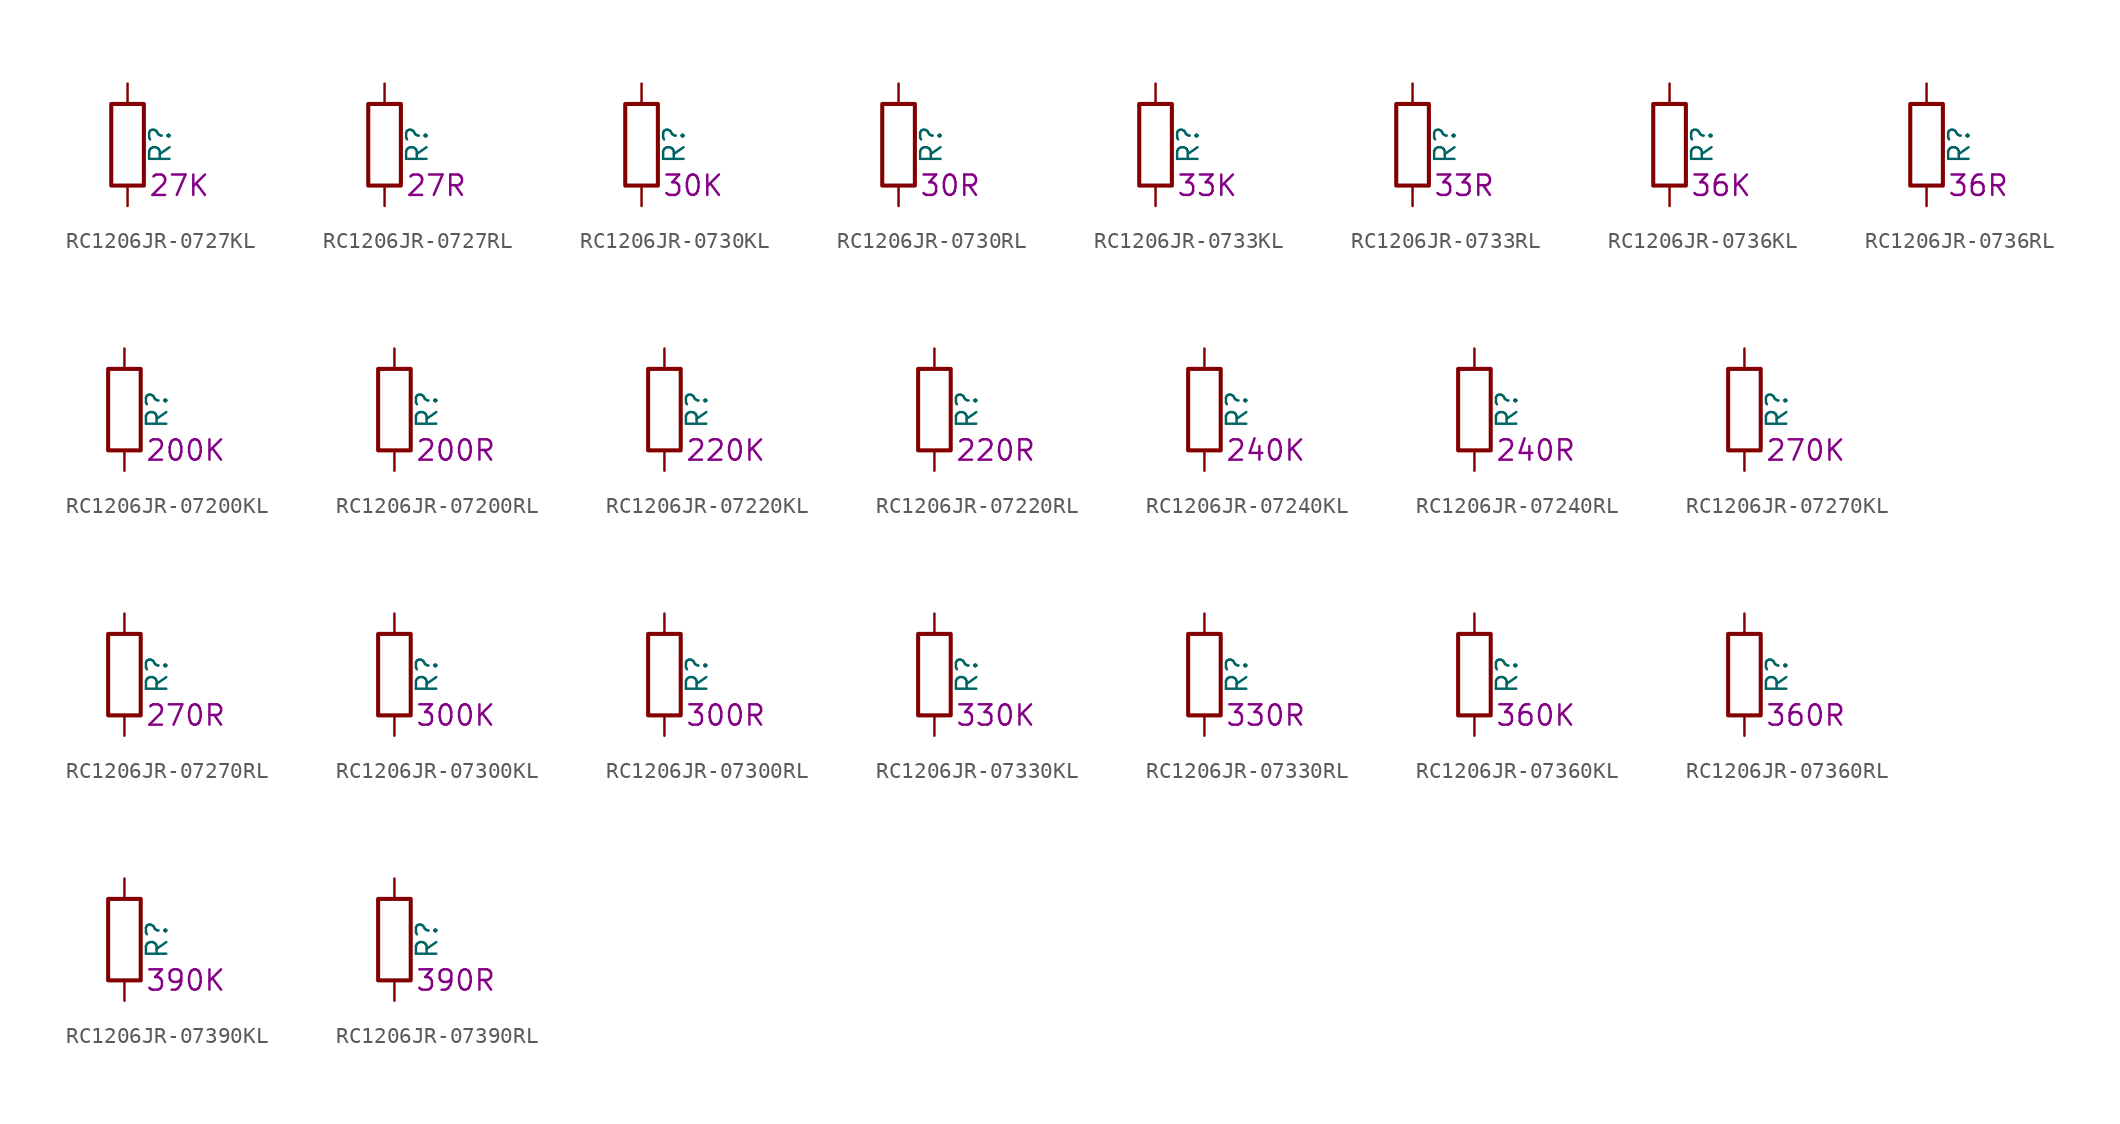
<source format=kicad_sym>
(kicad_symbol_lib
  (version 20220914)
  (generator kicad_symbol_editor)
  (symbol "RC1206JR-0727KL"
    (pin_numbers hide)
    (pin_names
      (offset 0))
    (property "Reference" "R"
      (at 2.032 0 90)
      (effects (font (size 1.27 1.27))))
    (property "Resistance" "27K"
      (at 1.27 -2.54 0)
      (effects (font (size 1.27 1.27)) (justify left)))
    (symbol "RC1206JR-0727KL_0_1"
      (rectangle (start -1.016 -2.54) (end 1.016 2.54) (stroke (width 0.254) (type default)) (fill (type none))))
    (symbol "RC1206JR-0727KL_1_1"
      (pin passive line (at 0 3.81 270) (length 1.27) (name "~" (effects (font (size 1.27 1.27)))) (number "1" (effects (font (size 1.27 1.27)))))
      (pin passive line (at 0 -3.81 90) (length 1.27) (name "~" (effects (font (size 1.27 1.27)))) (number "2" (effects (font (size 1.27 1.27)))))))
  (symbol "RC1206JR-0727RL"
    (pin_numbers hide)
    (pin_names
      (offset 0))
    (property "Reference" "R"
      (at 2.032 0 90)
      (effects (font (size 1.27 1.27))))
    (property "Resistance" "27R"
      (at 1.27 -2.54 0)
      (effects (font (size 1.27 1.27)) (justify left)))
    (symbol "RC1206JR-0727RL_0_1"
      (rectangle (start -1.016 -2.54) (end 1.016 2.54) (stroke (width 0.254) (type default)) (fill (type none))))
    (symbol "RC1206JR-0727RL_1_1"
      (pin passive line (at 0 3.81 270) (length 1.27) (name "~" (effects (font (size 1.27 1.27)))) (number "1" (effects (font (size 1.27 1.27)))))
      (pin passive line (at 0 -3.81 90) (length 1.27) (name "~" (effects (font (size 1.27 1.27)))) (number "2" (effects (font (size 1.27 1.27)))))))
  (symbol "RC1206JR-0730KL"
    (pin_numbers hide)
    (pin_names
      (offset 0))
    (property "Reference" "R"
      (at 2.032 0 90)
      (effects (font (size 1.27 1.27))))
    (property "Resistance" "30K"
      (at 1.27 -2.54 0)
      (effects (font (size 1.27 1.27)) (justify left)))
    (symbol "RC1206JR-0730KL_0_1"
      (rectangle (start -1.016 -2.54) (end 1.016 2.54) (stroke (width 0.254) (type default)) (fill (type none))))
    (symbol "RC1206JR-0730KL_1_1"
      (pin passive line (at 0 3.81 270) (length 1.27) (name "~" (effects (font (size 1.27 1.27)))) (number "1" (effects (font (size 1.27 1.27)))))
      (pin passive line (at 0 -3.81 90) (length 1.27) (name "~" (effects (font (size 1.27 1.27)))) (number "2" (effects (font (size 1.27 1.27)))))))
  (symbol "RC1206JR-0730RL"
    (pin_numbers hide)
    (pin_names
      (offset 0))
    (property "Reference" "R"
      (at 2.032 0 90)
      (effects (font (size 1.27 1.27))))
    (property "Resistance" "30R"
      (at 1.27 -2.54 0)
      (effects (font (size 1.27 1.27)) (justify left)))
    (symbol "RC1206JR-0730RL_0_1"
      (rectangle (start -1.016 -2.54) (end 1.016 2.54) (stroke (width 0.254) (type default)) (fill (type none))))
    (symbol "RC1206JR-0730RL_1_1"
      (pin passive line (at 0 3.81 270) (length 1.27) (name "~" (effects (font (size 1.27 1.27)))) (number "1" (effects (font (size 1.27 1.27)))))
      (pin passive line (at 0 -3.81 90) (length 1.27) (name "~" (effects (font (size 1.27 1.27)))) (number "2" (effects (font (size 1.27 1.27)))))))
  (symbol "RC1206JR-0733KL"
    (pin_numbers hide)
    (pin_names
      (offset 0))
    (property "Reference" "R"
      (at 2.032 0 90)
      (effects (font (size 1.27 1.27))))
    (property "Resistance" "33K"
      (at 1.27 -2.54 0)
      (effects (font (size 1.27 1.27)) (justify left)))
    (symbol "RC1206JR-0733KL_0_1"
      (rectangle (start -1.016 -2.54) (end 1.016 2.54) (stroke (width 0.254) (type default)) (fill (type none))))
    (symbol "RC1206JR-0733KL_1_1"
      (pin passive line (at 0 3.81 270) (length 1.27) (name "~" (effects (font (size 1.27 1.27)))) (number "1" (effects (font (size 1.27 1.27)))))
      (pin passive line (at 0 -3.81 90) (length 1.27) (name "~" (effects (font (size 1.27 1.27)))) (number "2" (effects (font (size 1.27 1.27)))))))
  (symbol "RC1206JR-0733RL"
    (pin_numbers hide)
    (pin_names
      (offset 0))
    (property "Reference" "R"
      (at 2.032 0 90)
      (effects (font (size 1.27 1.27))))
    (property "Resistance" "33R"
      (at 1.27 -2.54 0)
      (effects (font (size 1.27 1.27)) (justify left)))
    (symbol "RC1206JR-0733RL_0_1"
      (rectangle (start -1.016 -2.54) (end 1.016 2.54) (stroke (width 0.254) (type default)) (fill (type none))))
    (symbol "RC1206JR-0733RL_1_1"
      (pin passive line (at 0 3.81 270) (length 1.27) (name "~" (effects (font (size 1.27 1.27)))) (number "1" (effects (font (size 1.27 1.27)))))
      (pin passive line (at 0 -3.81 90) (length 1.27) (name "~" (effects (font (size 1.27 1.27)))) (number "2" (effects (font (size 1.27 1.27)))))))
  (symbol "RC1206JR-0736KL"
    (pin_numbers hide)
    (pin_names
      (offset 0))
    (property "Reference" "R"
      (at 2.032 0 90)
      (effects (font (size 1.27 1.27))))
    (property "Resistance" "36K"
      (at 1.27 -2.54 0)
      (effects (font (size 1.27 1.27)) (justify left)))
    (symbol "RC1206JR-0736KL_0_1"
      (rectangle (start -1.016 -2.54) (end 1.016 2.54) (stroke (width 0.254) (type default)) (fill (type none))))
    (symbol "RC1206JR-0736KL_1_1"
      (pin passive line (at 0 3.81 270) (length 1.27) (name "~" (effects (font (size 1.27 1.27)))) (number "1" (effects (font (size 1.27 1.27)))))
      (pin passive line (at 0 -3.81 90) (length 1.27) (name "~" (effects (font (size 1.27 1.27)))) (number "2" (effects (font (size 1.27 1.27)))))))
  (symbol "RC1206JR-0736RL"
    (pin_numbers hide)
    (pin_names
      (offset 0))
    (property "Reference" "R"
      (at 2.032 0 90)
      (effects (font (size 1.27 1.27))))
    (property "Resistance" "36R"
      (at 1.27 -2.54 0)
      (effects (font (size 1.27 1.27)) (justify left)))
    (symbol "RC1206JR-0736RL_0_1"
      (rectangle (start -1.016 -2.54) (end 1.016 2.54) (stroke (width 0.254) (type default)) (fill (type none))))
    (symbol "RC1206JR-0736RL_1_1"
      (pin passive line (at 0 3.81 270) (length 1.27) (name "~" (effects (font (size 1.27 1.27)))) (number "1" (effects (font (size 1.27 1.27)))))
      (pin passive line (at 0 -3.81 90) (length 1.27) (name "~" (effects (font (size 1.27 1.27)))) (number "2" (effects (font (size 1.27 1.27)))))))
  (symbol "RC1206JR-07200KL"
    (pin_numbers hide)
    (pin_names
      (offset 0))
    (property "Reference" "R"
      (at 2.032 0 90)
      (effects (font (size 1.27 1.27))))
    (property "Resistance" "200K"
      (at 1.27 -2.54 0)
      (effects (font (size 1.27 1.27)) (justify left)))
    (symbol "RC1206JR-07200KL_0_1"
      (rectangle (start -1.016 -2.54) (end 1.016 2.54) (stroke (width 0.254) (type default)) (fill (type none))))
    (symbol "RC1206JR-07200KL_1_1"
      (pin passive line (at 0 3.81 270) (length 1.27) (name "~" (effects (font (size 1.27 1.27)))) (number "1" (effects (font (size 1.27 1.27)))))
      (pin passive line (at 0 -3.81 90) (length 1.27) (name "~" (effects (font (size 1.27 1.27)))) (number "2" (effects (font (size 1.27 1.27)))))))
  (symbol "RC1206JR-07200RL"
    (pin_numbers hide)
    (pin_names
      (offset 0))
    (property "Reference" "R"
      (at 2.032 0 90)
      (effects (font (size 1.27 1.27))))
    (property "Resistance" "200R"
      (at 1.27 -2.54 0)
      (effects (font (size 1.27 1.27)) (justify left)))
    (symbol "RC1206JR-07200RL_0_1"
      (rectangle (start -1.016 -2.54) (end 1.016 2.54) (stroke (width 0.254) (type default)) (fill (type none))))
    (symbol "RC1206JR-07200RL_1_1"
      (pin passive line (at 0 3.81 270) (length 1.27) (name "~" (effects (font (size 1.27 1.27)))) (number "1" (effects (font (size 1.27 1.27)))))
      (pin passive line (at 0 -3.81 90) (length 1.27) (name "~" (effects (font (size 1.27 1.27)))) (number "2" (effects (font (size 1.27 1.27)))))))
  (symbol "RC1206JR-07220KL"
    (pin_numbers hide)
    (pin_names
      (offset 0))
    (property "Reference" "R"
      (at 2.032 0 90)
      (effects (font (size 1.27 1.27))))
    (property "Resistance" "220K"
      (at 1.27 -2.54 0)
      (effects (font (size 1.27 1.27)) (justify left)))
    (symbol "RC1206JR-07220KL_0_1"
      (rectangle (start -1.016 -2.54) (end 1.016 2.54) (stroke (width 0.254) (type default)) (fill (type none))))
    (symbol "RC1206JR-07220KL_1_1"
      (pin passive line (at 0 3.81 270) (length 1.27) (name "~" (effects (font (size 1.27 1.27)))) (number "1" (effects (font (size 1.27 1.27)))))
      (pin passive line (at 0 -3.81 90) (length 1.27) (name "~" (effects (font (size 1.27 1.27)))) (number "2" (effects (font (size 1.27 1.27)))))))
  (symbol "RC1206JR-07220RL"
    (pin_numbers hide)
    (pin_names
      (offset 0))
    (property "Reference" "R"
      (at 2.032 0 90)
      (effects (font (size 1.27 1.27))))
    (property "Resistance" "220R"
      (at 1.27 -2.54 0)
      (effects (font (size 1.27 1.27)) (justify left)))
    (symbol "RC1206JR-07220RL_0_1"
      (rectangle (start -1.016 -2.54) (end 1.016 2.54) (stroke (width 0.254) (type default)) (fill (type none))))
    (symbol "RC1206JR-07220RL_1_1"
      (pin passive line (at 0 3.81 270) (length 1.27) (name "~" (effects (font (size 1.27 1.27)))) (number "1" (effects (font (size 1.27 1.27)))))
      (pin passive line (at 0 -3.81 90) (length 1.27) (name "~" (effects (font (size 1.27 1.27)))) (number "2" (effects (font (size 1.27 1.27)))))))
  (symbol "RC1206JR-07240KL"
    (pin_numbers hide)
    (pin_names
      (offset 0))
    (property "Reference" "R"
      (at 2.032 0 90)
      (effects (font (size 1.27 1.27))))
    (property "Resistance" "240K"
      (at 1.27 -2.54 0)
      (effects (font (size 1.27 1.27)) (justify left)))
    (symbol "RC1206JR-07240KL_0_1"
      (rectangle (start -1.016 -2.54) (end 1.016 2.54) (stroke (width 0.254) (type default)) (fill (type none))))
    (symbol "RC1206JR-07240KL_1_1"
      (pin passive line (at 0 3.81 270) (length 1.27) (name "~" (effects (font (size 1.27 1.27)))) (number "1" (effects (font (size 1.27 1.27)))))
      (pin passive line (at 0 -3.81 90) (length 1.27) (name "~" (effects (font (size 1.27 1.27)))) (number "2" (effects (font (size 1.27 1.27)))))))
  (symbol "RC1206JR-07240RL"
    (pin_numbers hide)
    (pin_names
      (offset 0))
    (property "Reference" "R"
      (at 2.032 0 90)
      (effects (font (size 1.27 1.27))))
    (property "Resistance" "240R"
      (at 1.27 -2.54 0)
      (effects (font (size 1.27 1.27)) (justify left)))
    (symbol "RC1206JR-07240RL_0_1"
      (rectangle (start -1.016 -2.54) (end 1.016 2.54) (stroke (width 0.254) (type default)) (fill (type none))))
    (symbol "RC1206JR-07240RL_1_1"
      (pin passive line (at 0 3.81 270) (length 1.27) (name "~" (effects (font (size 1.27 1.27)))) (number "1" (effects (font (size 1.27 1.27)))))
      (pin passive line (at 0 -3.81 90) (length 1.27) (name "~" (effects (font (size 1.27 1.27)))) (number "2" (effects (font (size 1.27 1.27)))))))
  (symbol "RC1206JR-07270KL"
    (pin_numbers hide)
    (pin_names
      (offset 0))
    (property "Reference" "R"
      (at 2.032 0 90)
      (effects (font (size 1.27 1.27))))
    (property "Resistance" "270K"
      (at 1.27 -2.54 0)
      (effects (font (size 1.27 1.27)) (justify left)))
    (symbol "RC1206JR-07270KL_0_1"
      (rectangle (start -1.016 -2.54) (end 1.016 2.54) (stroke (width 0.254) (type default)) (fill (type none))))
    (symbol "RC1206JR-07270KL_1_1"
      (pin passive line (at 0 3.81 270) (length 1.27) (name "~" (effects (font (size 1.27 1.27)))) (number "1" (effects (font (size 1.27 1.27)))))
      (pin passive line (at 0 -3.81 90) (length 1.27) (name "~" (effects (font (size 1.27 1.27)))) (number "2" (effects (font (size 1.27 1.27)))))))
  (symbol "RC1206JR-07270RL"
    (pin_numbers hide)
    (pin_names
      (offset 0))
    (property "Reference" "R"
      (at 2.032 0 90)
      (effects (font (size 1.27 1.27))))
    (property "Resistance" "270R"
      (at 1.27 -2.54 0)
      (effects (font (size 1.27 1.27)) (justify left)))
    (symbol "RC1206JR-07270RL_0_1"
      (rectangle (start -1.016 -2.54) (end 1.016 2.54) (stroke (width 0.254) (type default)) (fill (type none))))
    (symbol "RC1206JR-07270RL_1_1"
      (pin passive line (at 0 3.81 270) (length 1.27) (name "~" (effects (font (size 1.27 1.27)))) (number "1" (effects (font (size 1.27 1.27)))))
      (pin passive line (at 0 -3.81 90) (length 1.27) (name "~" (effects (font (size 1.27 1.27)))) (number "2" (effects (font (size 1.27 1.27)))))))
  (symbol "RC1206JR-07300KL"
    (pin_numbers hide)
    (pin_names
      (offset 0))
    (property "Reference" "R"
      (at 2.032 0 90)
      (effects (font (size 1.27 1.27))))
    (property "Resistance" "300K"
      (at 1.27 -2.54 0)
      (effects (font (size 1.27 1.27)) (justify left)))
    (symbol "RC1206JR-07300KL_0_1"
      (rectangle (start -1.016 -2.54) (end 1.016 2.54) (stroke (width 0.254) (type default)) (fill (type none))))
    (symbol "RC1206JR-07300KL_1_1"
      (pin passive line (at 0 3.81 270) (length 1.27) (name "~" (effects (font (size 1.27 1.27)))) (number "1" (effects (font (size 1.27 1.27)))))
      (pin passive line (at 0 -3.81 90) (length 1.27) (name "~" (effects (font (size 1.27 1.27)))) (number "2" (effects (font (size 1.27 1.27)))))))
  (symbol "RC1206JR-07300RL"
    (pin_numbers hide)
    (pin_names
      (offset 0))
    (property "Reference" "R"
      (at 2.032 0 90)
      (effects (font (size 1.27 1.27))))
    (property "Resistance" "300R"
      (at 1.27 -2.54 0)
      (effects (font (size 1.27 1.27)) (justify left)))
    (symbol "RC1206JR-07300RL_0_1"
      (rectangle (start -1.016 -2.54) (end 1.016 2.54) (stroke (width 0.254) (type default)) (fill (type none))))
    (symbol "RC1206JR-07300RL_1_1"
      (pin passive line (at 0 3.81 270) (length 1.27) (name "~" (effects (font (size 1.27 1.27)))) (number "1" (effects (font (size 1.27 1.27)))))
      (pin passive line (at 0 -3.81 90) (length 1.27) (name "~" (effects (font (size 1.27 1.27)))) (number "2" (effects (font (size 1.27 1.27)))))))
  (symbol "RC1206JR-07330KL"
    (pin_numbers hide)
    (pin_names
      (offset 0))
    (property "Reference" "R"
      (at 2.032 0 90)
      (effects (font (size 1.27 1.27))))
    (property "Resistance" "330K"
      (at 1.27 -2.54 0)
      (effects (font (size 1.27 1.27)) (justify left)))
    (symbol "RC1206JR-07330KL_0_1"
      (rectangle (start -1.016 -2.54) (end 1.016 2.54) (stroke (width 0.254) (type default)) (fill (type none))))
    (symbol "RC1206JR-07330KL_1_1"
      (pin passive line (at 0 3.81 270) (length 1.27) (name "~" (effects (font (size 1.27 1.27)))) (number "1" (effects (font (size 1.27 1.27)))))
      (pin passive line (at 0 -3.81 90) (length 1.27) (name "~" (effects (font (size 1.27 1.27)))) (number "2" (effects (font (size 1.27 1.27)))))))
  (symbol "RC1206JR-07330RL"
    (pin_numbers hide)
    (pin_names
      (offset 0))
    (property "Reference" "R"
      (at 2.032 0 90)
      (effects (font (size 1.27 1.27))))
    (property "Resistance" "330R"
      (at 1.27 -2.54 0)
      (effects (font (size 1.27 1.27)) (justify left)))
    (symbol "RC1206JR-07330RL_0_1"
      (rectangle (start -1.016 -2.54) (end 1.016 2.54) (stroke (width 0.254) (type default)) (fill (type none))))
    (symbol "RC1206JR-07330RL_1_1"
      (pin passive line (at 0 3.81 270) (length 1.27) (name "~" (effects (font (size 1.27 1.27)))) (number "1" (effects (font (size 1.27 1.27)))))
      (pin passive line (at 0 -3.81 90) (length 1.27) (name "~" (effects (font (size 1.27 1.27)))) (number "2" (effects (font (size 1.27 1.27)))))))
  (symbol "RC1206JR-07360KL"
    (pin_numbers hide)
    (pin_names
      (offset 0))
    (property "Reference" "R"
      (at 2.032 0 90)
      (effects (font (size 1.27 1.27))))
    (property "Resistance" "360K"
      (at 1.27 -2.54 0)
      (effects (font (size 1.27 1.27)) (justify left)))
    (symbol "RC1206JR-07360KL_0_1"
      (rectangle (start -1.016 -2.54) (end 1.016 2.54) (stroke (width 0.254) (type default)) (fill (type none))))
    (symbol "RC1206JR-07360KL_1_1"
      (pin passive line (at 0 3.81 270) (length 1.27) (name "~" (effects (font (size 1.27 1.27)))) (number "1" (effects (font (size 1.27 1.27)))))
      (pin passive line (at 0 -3.81 90) (length 1.27) (name "~" (effects (font (size 1.27 1.27)))) (number "2" (effects (font (size 1.27 1.27)))))))
  (symbol "RC1206JR-07360RL"
    (pin_numbers hide)
    (pin_names
      (offset 0))
    (property "Reference" "R"
      (at 2.032 0 90)
      (effects (font (size 1.27 1.27))))
    (property "Resistance" "360R"
      (at 1.27 -2.54 0)
      (effects (font (size 1.27 1.27)) (justify left)))
    (symbol "RC1206JR-07360RL_0_1"
      (rectangle (start -1.016 -2.54) (end 1.016 2.54) (stroke (width 0.254) (type default)) (fill (type none))))
    (symbol "RC1206JR-07360RL_1_1"
      (pin passive line (at 0 3.81 270) (length 1.27) (name "~" (effects (font (size 1.27 1.27)))) (number "1" (effects (font (size 1.27 1.27)))))
      (pin passive line (at 0 -3.81 90) (length 1.27) (name "~" (effects (font (size 1.27 1.27)))) (number "2" (effects (font (size 1.27 1.27)))))))
  (symbol "RC1206JR-07390KL"
    (pin_numbers hide)
    (pin_names
      (offset 0))
    (property "Reference" "R"
      (at 2.032 0 90)
      (effects (font (size 1.27 1.27))))
    (property "Resistance" "390K"
      (at 1.27 -2.54 0)
      (effects (font (size 1.27 1.27)) (justify left)))
    (symbol "RC1206JR-07390KL_0_1"
      (rectangle (start -1.016 -2.54) (end 1.016 2.54) (stroke (width 0.254) (type default)) (fill (type none))))
    (symbol "RC1206JR-07390KL_1_1"
      (pin passive line (at 0 3.81 270) (length 1.27) (name "~" (effects (font (size 1.27 1.27)))) (number "1" (effects (font (size 1.27 1.27)))))
      (pin passive line (at 0 -3.81 90) (length 1.27) (name "~" (effects (font (size 1.27 1.27)))) (number "2" (effects (font (size 1.27 1.27)))))))
  (symbol "RC1206JR-07390RL"
    (pin_numbers hide)
    (pin_names
      (offset 0))
    (property "Reference" "R"
      (at 2.032 0 90)
      (effects (font (size 1.27 1.27))))
    (property "Resistance" "390R"
      (at 1.27 -2.54 0)
      (effects (font (size 1.27 1.27)) (justify left)))
    (symbol "RC1206JR-07390RL_0_1"
      (rectangle (start -1.016 -2.54) (end 1.016 2.54) (stroke (width 0.254) (type default)) (fill (type none))))
    (symbol "RC1206JR-07390RL_1_1"
      (pin passive line (at 0 3.81 270) (length 1.27) (name "~" (effects (font (size 1.27 1.27)))) (number "1" (effects (font (size 1.27 1.27)))))
      (pin passive line (at 0 -3.81 90) (length 1.27) (name "~" (effects (font (size 1.27 1.27)))) (number "2" (effects (font (size 1.27 1.27))))))))
</source>
